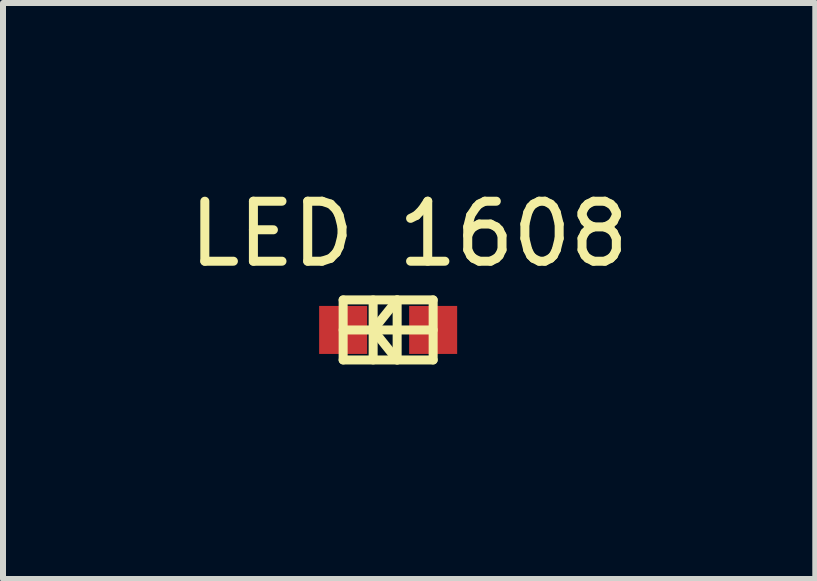
<source format=kicad_pcb>
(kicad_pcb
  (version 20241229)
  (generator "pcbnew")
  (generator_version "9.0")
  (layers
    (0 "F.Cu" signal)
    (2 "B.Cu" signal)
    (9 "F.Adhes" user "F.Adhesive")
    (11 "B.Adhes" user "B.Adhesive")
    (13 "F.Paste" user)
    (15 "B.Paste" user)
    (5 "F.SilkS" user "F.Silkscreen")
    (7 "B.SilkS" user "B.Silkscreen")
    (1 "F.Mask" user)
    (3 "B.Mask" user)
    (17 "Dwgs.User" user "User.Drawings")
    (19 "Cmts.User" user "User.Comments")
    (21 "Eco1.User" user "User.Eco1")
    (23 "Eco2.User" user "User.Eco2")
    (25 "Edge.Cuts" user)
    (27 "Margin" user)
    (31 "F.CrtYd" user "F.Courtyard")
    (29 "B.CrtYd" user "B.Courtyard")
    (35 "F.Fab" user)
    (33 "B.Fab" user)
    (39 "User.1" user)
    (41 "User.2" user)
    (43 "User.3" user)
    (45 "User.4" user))
  (footprint "LED 1608"
    (layer "F.Cu")
    (at 1.968 3.348)
    (property "Reference" "LED 1608" (at 1.8 -2.5 0) (layer "F.SilkS") (effects (font (size 1 1) (thickness 0.15))))
    (attr through_hole)
    (fp_line (start 0.7 -1.4) (end 2.2 -1.4) (stroke (width 0.15) (type solid)) (layer "F.SilkS"))
    (fp_line (start 0.7 -0.9) (end 2.2 -0.9) (stroke (width 0.15) (type solid)) (layer "F.SilkS"))
    (fp_line (start 0.7 -0.4) (end 0.7 -1.4) (stroke (width 0.15) (type solid)) (layer "F.SilkS"))
    (fp_line (start 1.2 -0.9) (end 1.2 -1.4) (stroke (width 0.15) (type solid)) (layer "F.SilkS"))
    (fp_line (start 1.2 -0.9) (end 1.2 -0.4) (stroke (width 0.15) (type solid)) (layer "F.SilkS"))
    (fp_line (start 1.2 -0.9) (end 1.6 -0.4) (stroke (width 0.15) (type solid)) (layer "F.SilkS"))
    (fp_line (start 1.6 -1.4) (end 1.2 -0.9) (stroke (width 0.15) (type solid)) (layer "F.SilkS"))
    (fp_line (start 1.6 -0.4) (end 1.6 -1.4) (stroke (width 0.15) (type solid)) (layer "F.SilkS"))
    (fp_line (start 2.2 -1.4) (end 2.2 -0.4) (stroke (width 0.15) (type solid)) (layer "F.SilkS"))
    (fp_line (start 2.2 -0.4) (end 0.7 -0.4) (stroke (width 0.15) (type solid)) (layer "F.SilkS"))
    (pad "1" smd rect (at 0.7 -0.9) (size 0.8 0.8) (layers "F.Cu" "F.Mask" "F.Paste"))
    (pad "2" smd rect (at 2.2 -0.9) (size 0.8 0.8) (layers "F.Cu" "F.Mask" "F.Paste")))
  (gr_rect
    (start -3 -3)
    (end 10.536 6.598)
    (stroke (width 0.1) (type default))
    (fill no)
    (layer "Edge.Cuts")))
</source>
